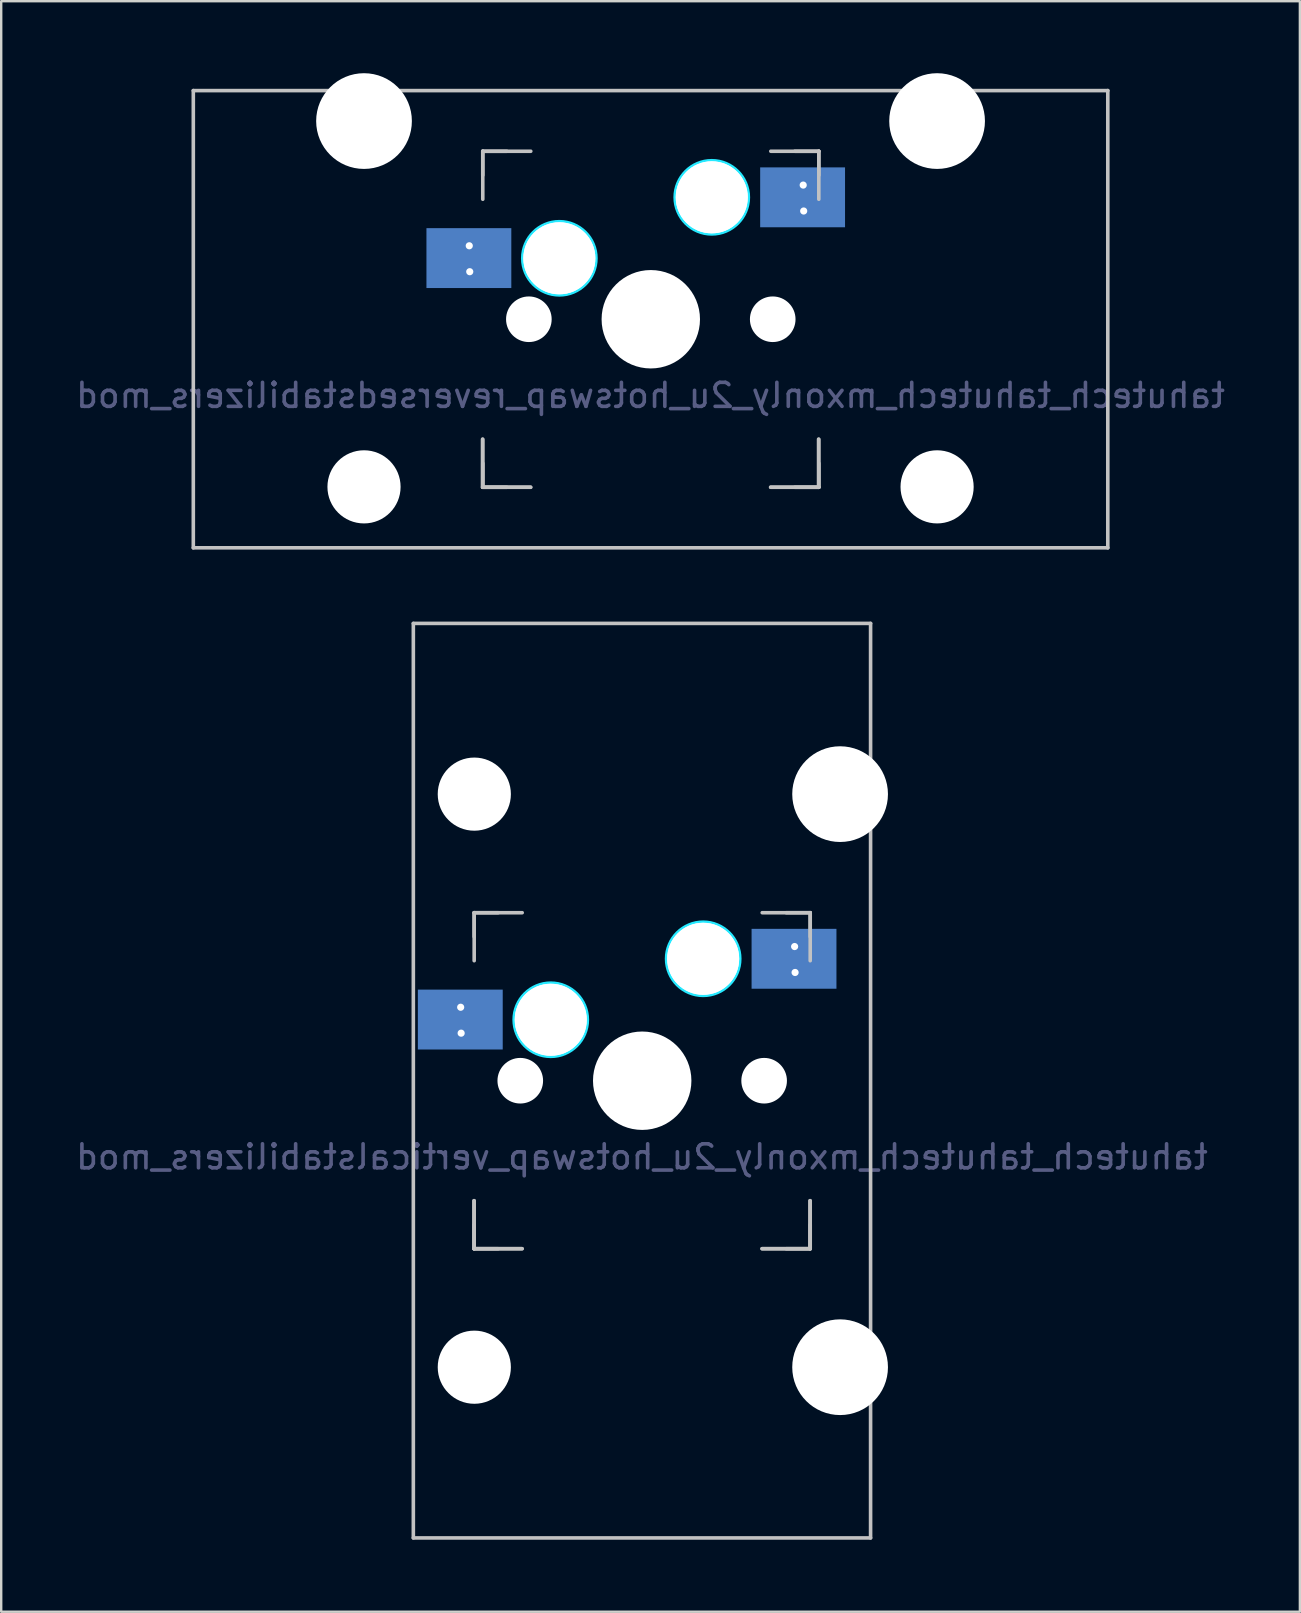
<source format=kicad_pcb>
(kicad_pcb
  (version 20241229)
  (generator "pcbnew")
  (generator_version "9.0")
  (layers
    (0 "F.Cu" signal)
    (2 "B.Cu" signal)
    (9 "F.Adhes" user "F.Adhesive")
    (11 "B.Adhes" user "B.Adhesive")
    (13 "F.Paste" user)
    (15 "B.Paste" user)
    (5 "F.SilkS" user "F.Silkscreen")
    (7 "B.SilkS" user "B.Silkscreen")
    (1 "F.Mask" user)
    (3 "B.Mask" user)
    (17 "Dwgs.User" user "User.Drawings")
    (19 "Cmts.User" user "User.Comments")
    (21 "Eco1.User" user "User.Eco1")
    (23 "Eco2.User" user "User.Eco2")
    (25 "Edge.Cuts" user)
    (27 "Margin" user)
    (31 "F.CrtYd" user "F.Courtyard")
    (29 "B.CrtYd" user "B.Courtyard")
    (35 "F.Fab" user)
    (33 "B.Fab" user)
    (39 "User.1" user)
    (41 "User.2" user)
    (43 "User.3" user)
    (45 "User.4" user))
  (footprint "tahutech_tahutech_mxonly_2u_hotswap_reversedstabilizers_mod"
    (layer "F.Cu")
    (at 24.054 10.249)
    (property "Reference" "tahutech_tahutech_mxonly_2u_hotswap_reversedstabilizers_mod" (at 0 3.175 0) (layer "B.Fab") (effects (font (size 1 1) (thickness 0.15)) (justify mirror)))
    (attr smd)
    (fp_line (start -19.05 -9.525) (end 19.05 -9.525) (stroke (width 0.15) (type solid)) (layer "Dwgs.User"))
    (fp_line (start -19.05 9.525) (end -19.05 -9.525) (stroke (width 0.15) (type solid)) (layer "Dwgs.User"))
    (fp_line (start -7 5) (end -7 7) (stroke (width 0.15) (type solid)) (layer "Dwgs.User"))
    (fp_line (start -7 7) (end -5 7) (stroke (width 0.15) (type solid)) (layer "Dwgs.User"))
    (fp_line (start -6.99 -6.998) (end -6.99 -4.998) (stroke (width 0.15) (type solid)) (layer "Dwgs.User"))
    (fp_line (start -6.99 -6.998) (end -5.99 -6.998) (stroke (width 0.15) (type solid)) (layer "Dwgs.User"))
    (fp_line (start -6.99 -5.998) (end -6.99 -6.998) (stroke (width 0.15) (type solid)) (layer "Dwgs.User"))
    (fp_line (start -6.99 5.002) (end -6.99 7.002) (stroke (width 0.15) (type solid)) (layer "Dwgs.User"))
    (fp_line (start -6.99 6.002) (end -6.99 7.002) (stroke (width 0.15) (type solid)) (layer "Dwgs.User"))
    (fp_line (start -6.99 7.002) (end -5.99 7.002) (stroke (width 0.15) (type solid)) (layer "Dwgs.User"))
    (fp_line (start -6.99 7.002) (end -4.99 7.002) (stroke (width 0.15) (type solid)) (layer "Dwgs.User"))
    (fp_line (start -4.99 -6.998) (end -6.99 -6.998) (stroke (width 0.15) (type solid)) (layer "Dwgs.User"))
    (fp_line (start 5 7) (end 7 7) (stroke (width 0.15) (type solid)) (layer "Dwgs.User"))
    (fp_line (start 5.01 -6.998) (end 7.01 -6.998) (stroke (width 0.15) (type solid)) (layer "Dwgs.User"))
    (fp_line (start 5.01 7.002) (end 7.01 7.002) (stroke (width 0.15) (type solid)) (layer "Dwgs.User"))
    (fp_line (start 6.01 7.002) (end 7.01 7.002) (stroke (width 0.15) (type solid)) (layer "Dwgs.User"))
    (fp_line (start 7 7) (end 7 5) (stroke (width 0.15) (type solid)) (layer "Dwgs.User"))
    (fp_line (start 7.01 -6.998) (end 6.01 -6.998) (stroke (width 0.15) (type solid)) (layer "Dwgs.User"))
    (fp_line (start 7.01 -6.998) (end 7.01 -5.998) (stroke (width 0.15) (type solid)) (layer "Dwgs.User"))
    (fp_line (start 7.01 -6.998) (end 7.01 -4.998) (stroke (width 0.15) (type solid)) (layer "Dwgs.User"))
    (fp_line (start 7.01 7.002) (end 7.01 5.002) (stroke (width 0.15) (type solid)) (layer "Dwgs.User"))
    (fp_line (start 7.01 7.002) (end 7.01 6.002) (stroke (width 0.15) (type solid)) (layer "Dwgs.User"))
    (fp_line (start 19.05 -9.525) (end 19.05 9.525) (stroke (width 0.15) (type solid)) (layer "Dwgs.User"))
    (fp_line (start 19.05 9.525) (end -19.05 9.525) (stroke (width 0.15) (type solid)) (layer "Dwgs.User"))
    (fp_circle (center -3.8 -2.538) (end -3.8 -4.062) (stroke (width 0.15) (type solid)) (fill no) (layer "B.CrtYd"))
    (fp_circle (center 2.55 -5.078) (end 2.55 -6.602) (stroke (width 0.15) (type solid)) (fill no) (layer "B.CrtYd"))
    (pad "" np_thru_hole circle (at -11.938 -8.255) (size 3.988 3.988) (drill 3.988) (layers "*.Cu" "*.Mask"))
    (pad "" np_thru_hole circle (at -11.938 6.985) (size 3.048 3.048) (drill 3.048) (layers "*.Cu" "*.Mask"))
    (pad "" np_thru_hole circle (at -5.07 0.002 48.1) (size 1.75 1.75) (drill 1.75) (layers "*.Cu" "*.Mask"))
    (pad "" np_thru_hole circle (at -5.07 0.002) (size 1.9 1.9) (drill 1.9) (layers "*.Cu" "*.Mask"))
    (pad "" np_thru_hole circle (at -3.8 -2.538) (size 3 3) (drill 3) (layers "*.Cu" "*.Mask"))
    (pad "" np_thru_hole circle (at -3.8 -2.538) (size 3 3) (drill 3) (layers "*.Cu" "*.Mask"))
    (pad "" np_thru_hole circle (at 0.01 0.002) (size 3.988 3.988) (drill 3.988) (layers "*.Cu" "*.Mask"))
    (pad "" np_thru_hole circle (at 0.01 0.002 90) (size 4.1 4.1) (drill 4.1) (layers "*.Cu" "*.Mask"))
    (pad "" np_thru_hole circle (at 2.55 -5.078) (size 3 3) (drill 3) (layers "*.Cu" "*.Mask"))
    (pad "" np_thru_hole circle (at 2.55 -5.078) (size 3 3) (drill 3) (layers "*.Cu" "*.Mask"))
    (pad "" np_thru_hole circle (at 5.09 0.002 48.1) (size 1.75 1.75) (drill 1.75) (layers "*.Cu" "*.Mask"))
    (pad "" np_thru_hole circle (at 5.09 0.002) (size 1.9 1.9) (drill 1.9) (layers "*.Cu" "*.Mask"))
    (pad "" np_thru_hole circle (at 11.938 -8.255) (size 3.988 3.988) (drill 3.988) (layers "*.Cu" "*.Mask"))
    (pad "" np_thru_hole circle (at 11.938 6.985) (size 3.048 3.048) (drill 3.048) (layers "*.Cu" "*.Mask"))
    (pad "1" smd rect (at -7.569 -2.546 180) (size 3.536 2.495) (layers "B.Cu" "B.Mask" "B.Paste"))
    (pad "1" thru_hole circle (at -7.553 -3.059) (size 0.6 0.6) (drill 0.3) (layers "*.Cu" "*.Mask"))
    (pad "1" thru_hole circle (at -7.533 -1.979) (size 0.6 0.6) (drill 0.3) (layers "*.Cu" "*.Mask"))
    (pad "2" smd rect (at 6.335 -5.078 180) (size 3.536 2.495) (layers "B.Cu" "B.Mask" "B.Paste"))
    (pad "2" thru_hole circle (at 6.36 -5.588) (size 0.6 0.6) (drill 0.3) (layers "*.Cu" "*.Mask"))
    (pad "2" thru_hole circle (at 6.38 -4.508) (size 0.6 0.6) (drill 0.3) (layers "*.Cu" "*.Mask")))
  (footprint "tahutech_tahutech_mxonly_2u_hotswap_verticalstabilizers_mod"
    (layer "F.Cu")
    (at 23.696 41.974)
    (property "Reference" "tahutech_tahutech_mxonly_2u_hotswap_verticalstabilizers_mod" (at 0 3.175 0) (layer "B.Fab") (effects (font (size 1 1) (thickness 0.15)) (justify mirror)))
    (attr through_hole)
    (fp_line (start -9.525 -19.05) (end 9.525 -19.05) (stroke (width 0.15) (type solid)) (layer "Dwgs.User"))
    (fp_line (start -9.525 19.05) (end -9.525 -19.05) (stroke (width 0.15) (type solid)) (layer "Dwgs.User"))
    (fp_line (start -7 5) (end -7 7) (stroke (width 0.15) (type solid)) (layer "Dwgs.User"))
    (fp_line (start -7 7) (end -5 7) (stroke (width 0.15) (type solid)) (layer "Dwgs.User"))
    (fp_line (start -6.99 -6.998) (end -6.99 -4.998) (stroke (width 0.15) (type solid)) (layer "Dwgs.User"))
    (fp_line (start -6.99 -6.998) (end -5.99 -6.998) (stroke (width 0.15) (type solid)) (layer "Dwgs.User"))
    (fp_line (start -6.99 -5.998) (end -6.99 -6.998) (stroke (width 0.15) (type solid)) (layer "Dwgs.User"))
    (fp_line (start -6.99 5.002) (end -6.99 7.002) (stroke (width 0.15) (type solid)) (layer "Dwgs.User"))
    (fp_line (start -6.99 6.002) (end -6.99 7.002) (stroke (width 0.15) (type solid)) (layer "Dwgs.User"))
    (fp_line (start -6.99 7.002) (end -5.99 7.002) (stroke (width 0.15) (type solid)) (layer "Dwgs.User"))
    (fp_line (start -6.99 7.002) (end -4.99 7.002) (stroke (width 0.15) (type solid)) (layer "Dwgs.User"))
    (fp_line (start -4.99 -6.998) (end -6.99 -6.998) (stroke (width 0.15) (type solid)) (layer "Dwgs.User"))
    (fp_line (start 5 7) (end 7 7) (stroke (width 0.15) (type solid)) (layer "Dwgs.User"))
    (fp_line (start 5.01 -6.998) (end 7.01 -6.998) (stroke (width 0.15) (type solid)) (layer "Dwgs.User"))
    (fp_line (start 5.01 7.002) (end 7.01 7.002) (stroke (width 0.15) (type solid)) (layer "Dwgs.User"))
    (fp_line (start 6.01 7.002) (end 7.01 7.002) (stroke (width 0.15) (type solid)) (layer "Dwgs.User"))
    (fp_line (start 7 7) (end 7 5) (stroke (width 0.15) (type solid)) (layer "Dwgs.User"))
    (fp_line (start 7.01 -6.998) (end 6.01 -6.998) (stroke (width 0.15) (type solid)) (layer "Dwgs.User"))
    (fp_line (start 7.01 -6.998) (end 7.01 -5.998) (stroke (width 0.15) (type solid)) (layer "Dwgs.User"))
    (fp_line (start 7.01 -6.998) (end 7.01 -4.998) (stroke (width 0.15) (type solid)) (layer "Dwgs.User"))
    (fp_line (start 7.01 7.002) (end 7.01 5.002) (stroke (width 0.15) (type solid)) (layer "Dwgs.User"))
    (fp_line (start 7.01 7.002) (end 7.01 6.002) (stroke (width 0.15) (type solid)) (layer "Dwgs.User"))
    (fp_line (start 9.525 19.05) (end -9.525 19.05) (stroke (width 0.15) (type solid)) (layer "Dwgs.User"))
    (fp_line (start 9.525 19.05) (end 9.525 -19.05) (stroke (width 0.15) (type solid)) (layer "Dwgs.User"))
    (fp_circle (center -3.8 -2.538) (end -3.8 -4.062) (stroke (width 0.15) (type solid)) (fill no) (layer "B.CrtYd"))
    (fp_circle (center 2.55 -5.078) (end 2.55 -6.602) (stroke (width 0.15) (type solid)) (fill no) (layer "B.CrtYd"))
    (pad "" np_thru_hole circle (at -6.985 -11.938 180) (size 3.048 3.048) (drill 3.048) (layers "*.Cu" "*.Mask"))
    (pad "" np_thru_hole circle (at -6.985 11.938 90) (size 3.048 3.048) (drill 3.048) (layers "*.Cu" "*.Mask"))
    (pad "" np_thru_hole circle (at -5.07 0.002 48.1) (size 1.75 1.75) (drill 1.75) (layers "*.Cu" "*.Mask"))
    (pad "" np_thru_hole circle (at -5.07 0.002) (size 1.9 1.9) (drill 1.9) (layers "*.Cu" "*.Mask"))
    (pad "" np_thru_hole circle (at -3.8 -2.538) (size 3 3) (drill 3) (layers "*.Cu" "*.Mask"))
    (pad "" np_thru_hole circle (at -3.8 -2.538) (size 3 3) (drill 3) (layers "*.Cu" "*.Mask"))
    (pad "" np_thru_hole circle (at 0.01 0.002) (size 3.988 3.988) (drill 3.988) (layers "*.Cu" "*.Mask"))
    (pad "" np_thru_hole circle (at 0.01 0.002 90) (size 4.1 4.1) (drill 4.1) (layers "*.Cu" "*.Mask"))
    (pad "" np_thru_hole circle (at 2.55 -5.078) (size 3 3) (drill 3) (layers "*.Cu" "*.Mask"))
    (pad "" np_thru_hole circle (at 2.55 -5.078) (size 3 3) (drill 3) (layers "*.Cu" "*.Mask"))
    (pad "" np_thru_hole circle (at 5.09 0.002 48.1) (size 1.75 1.75) (drill 1.75) (layers "*.Cu" "*.Mask"))
    (pad "" np_thru_hole circle (at 5.09 0.002) (size 1.9 1.9) (drill 1.9) (layers "*.Cu" "*.Mask"))
    (pad "" np_thru_hole circle (at 8.255 -11.938 90) (size 3.988 3.988) (drill 3.988) (layers "*.Cu" "*.Mask"))
    (pad "" np_thru_hole circle (at 8.255 11.938 90) (size 3.988 3.988) (drill 3.988) (layers "*.Cu" "*.Mask"))
    (pad "1" smd rect (at -7.569 -2.546 180) (size 3.536 2.495) (layers "B.Cu" "B.Mask" "B.Paste"))
    (pad "1" thru_hole circle (at -7.553 -3.059) (size 0.6 0.6) (drill 0.3) (layers "*.Cu" "*.Mask"))
    (pad "1" thru_hole circle (at -7.533 -1.979) (size 0.6 0.6) (drill 0.3) (layers "*.Cu" "*.Mask"))
    (pad "2" smd rect (at 6.335 -5.078 180) (size 3.536 2.495) (layers "B.Cu" "B.Mask" "B.Paste"))
    (pad "2" thru_hole circle (at 6.36 -5.588) (size 0.6 0.6) (drill 0.3) (layers "*.Cu" "*.Mask"))
    (pad "2" thru_hole circle (at 6.38 -4.508) (size 0.6 0.6) (drill 0.3) (layers "*.Cu" "*.Mask")))
  (gr_rect
    (start -3 -3)
    (end 51.107 64.099)
    (stroke (width 0.1) (type default))
    (fill no)
    (layer "Edge.Cuts")))
</source>
